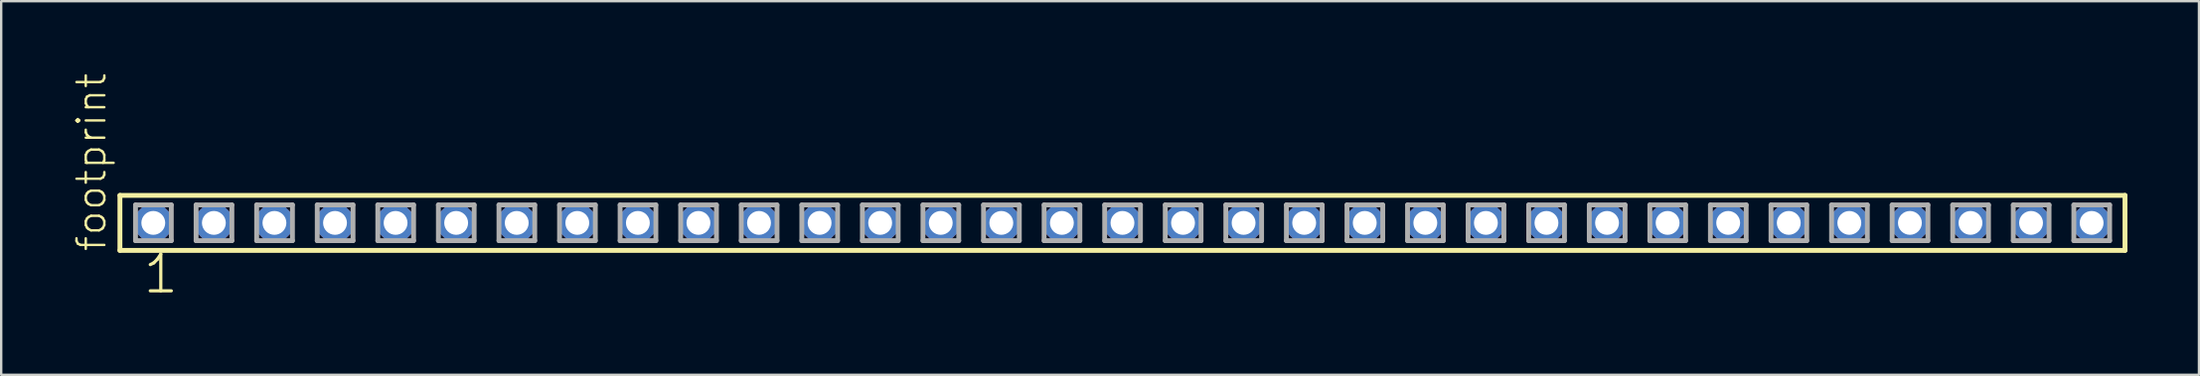
<source format=kicad_pcb>
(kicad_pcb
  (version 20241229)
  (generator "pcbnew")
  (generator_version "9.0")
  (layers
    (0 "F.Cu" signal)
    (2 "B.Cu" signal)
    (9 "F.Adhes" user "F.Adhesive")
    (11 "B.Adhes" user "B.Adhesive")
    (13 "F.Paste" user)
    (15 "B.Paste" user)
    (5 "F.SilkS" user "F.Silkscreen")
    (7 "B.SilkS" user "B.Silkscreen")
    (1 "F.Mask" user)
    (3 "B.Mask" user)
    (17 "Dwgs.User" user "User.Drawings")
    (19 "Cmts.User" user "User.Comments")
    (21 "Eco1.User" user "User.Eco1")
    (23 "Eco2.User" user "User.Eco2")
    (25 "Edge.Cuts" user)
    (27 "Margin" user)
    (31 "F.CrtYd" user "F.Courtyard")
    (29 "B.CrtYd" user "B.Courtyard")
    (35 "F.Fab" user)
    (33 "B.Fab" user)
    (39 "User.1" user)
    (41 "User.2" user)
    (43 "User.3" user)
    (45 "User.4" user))
  (footprint "footprint"
    (layer "F.Cu")
    (at 44.018 6.312)
    (property "Reference" "footprint" (at -42.545 1.27 90) (layer "F.SilkS") (effects (font (size 1.168 1.168) (thickness 0.102)) (justify left bottom)))
    (fp_line (start -42.039 -1.155) (end 42.039 -1.155) (stroke (width 0.203) (type solid)) (layer "F.SilkS"))
    (fp_line (start -42.039 1.155) (end -42.039 -1.155) (stroke (width 0.203) (type solid)) (layer "F.SilkS"))
    (fp_line (start 42.039 -1.155) (end 42.039 1.155) (stroke (width 0.203) (type solid)) (layer "F.SilkS"))
    (fp_line (start 42.039 1.155) (end -42.039 1.155) (stroke (width 0.203) (type solid)) (layer "F.SilkS"))
    (fp_line (start -41.385 -0.755) (end -39.885 -0.755) (stroke (width 0.203) (type solid)) (layer "F.Fab"))
    (fp_line (start -41.385 0.745) (end -41.385 -0.755) (stroke (width 0.203) (type solid)) (layer "F.Fab"))
    (fp_line (start -39.885 -0.755) (end -39.885 0.745) (stroke (width 0.203) (type solid)) (layer "F.Fab"))
    (fp_line (start -39.885 0.745) (end -41.385 0.745) (stroke (width 0.203) (type solid)) (layer "F.Fab"))
    (fp_line (start -38.845 -0.755) (end -37.345 -0.755) (stroke (width 0.203) (type solid)) (layer "F.Fab"))
    (fp_line (start -38.845 0.745) (end -38.845 -0.755) (stroke (width 0.203) (type solid)) (layer "F.Fab"))
    (fp_line (start -37.345 -0.755) (end -37.345 0.745) (stroke (width 0.203) (type solid)) (layer "F.Fab"))
    (fp_line (start -37.345 0.745) (end -38.845 0.745) (stroke (width 0.203) (type solid)) (layer "F.Fab"))
    (fp_line (start -36.305 -0.755) (end -34.805 -0.755) (stroke (width 0.203) (type solid)) (layer "F.Fab"))
    (fp_line (start -36.305 0.745) (end -36.305 -0.755) (stroke (width 0.203) (type solid)) (layer "F.Fab"))
    (fp_line (start -34.805 -0.755) (end -34.805 0.745) (stroke (width 0.203) (type solid)) (layer "F.Fab"))
    (fp_line (start -34.805 0.745) (end -36.305 0.745) (stroke (width 0.203) (type solid)) (layer "F.Fab"))
    (fp_line (start -33.765 -0.755) (end -32.265 -0.755) (stroke (width 0.203) (type solid)) (layer "F.Fab"))
    (fp_line (start -33.765 0.745) (end -33.765 -0.755) (stroke (width 0.203) (type solid)) (layer "F.Fab"))
    (fp_line (start -32.265 -0.755) (end -32.265 0.745) (stroke (width 0.203) (type solid)) (layer "F.Fab"))
    (fp_line (start -32.265 0.745) (end -33.765 0.745) (stroke (width 0.203) (type solid)) (layer "F.Fab"))
    (fp_line (start -31.225 -0.755) (end -29.725 -0.755) (stroke (width 0.203) (type solid)) (layer "F.Fab"))
    (fp_line (start -31.225 0.745) (end -31.225 -0.755) (stroke (width 0.203) (type solid)) (layer "F.Fab"))
    (fp_line (start -29.725 -0.755) (end -29.725 0.745) (stroke (width 0.203) (type solid)) (layer "F.Fab"))
    (fp_line (start -29.725 0.745) (end -31.225 0.745) (stroke (width 0.203) (type solid)) (layer "F.Fab"))
    (fp_line (start -28.685 -0.755) (end -27.185 -0.755) (stroke (width 0.203) (type solid)) (layer "F.Fab"))
    (fp_line (start -28.685 0.745) (end -28.685 -0.755) (stroke (width 0.203) (type solid)) (layer "F.Fab"))
    (fp_line (start -27.185 -0.755) (end -27.185 0.745) (stroke (width 0.203) (type solid)) (layer "F.Fab"))
    (fp_line (start -27.185 0.745) (end -28.685 0.745) (stroke (width 0.203) (type solid)) (layer "F.Fab"))
    (fp_line (start -26.145 -0.755) (end -24.645 -0.755) (stroke (width 0.203) (type solid)) (layer "F.Fab"))
    (fp_line (start -26.145 0.745) (end -26.145 -0.755) (stroke (width 0.203) (type solid)) (layer "F.Fab"))
    (fp_line (start -24.645 -0.755) (end -24.645 0.745) (stroke (width 0.203) (type solid)) (layer "F.Fab"))
    (fp_line (start -24.645 0.745) (end -26.145 0.745) (stroke (width 0.203) (type solid)) (layer "F.Fab"))
    (fp_line (start -23.605 -0.755) (end -22.105 -0.755) (stroke (width 0.203) (type solid)) (layer "F.Fab"))
    (fp_line (start -23.605 0.745) (end -23.605 -0.755) (stroke (width 0.203) (type solid)) (layer "F.Fab"))
    (fp_line (start -22.105 -0.755) (end -22.105 0.745) (stroke (width 0.203) (type solid)) (layer "F.Fab"))
    (fp_line (start -22.105 0.745) (end -23.605 0.745) (stroke (width 0.203) (type solid)) (layer "F.Fab"))
    (fp_line (start -21.065 -0.755) (end -19.565 -0.755) (stroke (width 0.203) (type solid)) (layer "F.Fab"))
    (fp_line (start -21.065 0.745) (end -21.065 -0.755) (stroke (width 0.203) (type solid)) (layer "F.Fab"))
    (fp_line (start -19.565 -0.755) (end -19.565 0.745) (stroke (width 0.203) (type solid)) (layer "F.Fab"))
    (fp_line (start -19.565 0.745) (end -21.065 0.745) (stroke (width 0.203) (type solid)) (layer "F.Fab"))
    (fp_line (start -18.525 -0.755) (end -17.025 -0.755) (stroke (width 0.203) (type solid)) (layer "F.Fab"))
    (fp_line (start -18.525 0.745) (end -18.525 -0.755) (stroke (width 0.203) (type solid)) (layer "F.Fab"))
    (fp_line (start -17.025 -0.755) (end -17.025 0.745) (stroke (width 0.203) (type solid)) (layer "F.Fab"))
    (fp_line (start -17.025 0.745) (end -18.525 0.745) (stroke (width 0.203) (type solid)) (layer "F.Fab"))
    (fp_line (start -15.985 -0.755) (end -14.485 -0.755) (stroke (width 0.203) (type solid)) (layer "F.Fab"))
    (fp_line (start -15.985 0.745) (end -15.985 -0.755) (stroke (width 0.203) (type solid)) (layer "F.Fab"))
    (fp_line (start -14.485 -0.755) (end -14.485 0.745) (stroke (width 0.203) (type solid)) (layer "F.Fab"))
    (fp_line (start -14.485 0.745) (end -15.985 0.745) (stroke (width 0.203) (type solid)) (layer "F.Fab"))
    (fp_line (start -13.445 -0.755) (end -11.945 -0.755) (stroke (width 0.203) (type solid)) (layer "F.Fab"))
    (fp_line (start -13.445 0.745) (end -13.445 -0.755) (stroke (width 0.203) (type solid)) (layer "F.Fab"))
    (fp_line (start -11.945 -0.755) (end -11.945 0.745) (stroke (width 0.203) (type solid)) (layer "F.Fab"))
    (fp_line (start -11.945 0.745) (end -13.445 0.745) (stroke (width 0.203) (type solid)) (layer "F.Fab"))
    (fp_line (start -10.905 -0.755) (end -9.405 -0.755) (stroke (width 0.203) (type solid)) (layer "F.Fab"))
    (fp_line (start -10.905 0.745) (end -10.905 -0.755) (stroke (width 0.203) (type solid)) (layer "F.Fab"))
    (fp_line (start -9.405 -0.755) (end -9.405 0.745) (stroke (width 0.203) (type solid)) (layer "F.Fab"))
    (fp_line (start -9.405 0.745) (end -10.905 0.745) (stroke (width 0.203) (type solid)) (layer "F.Fab"))
    (fp_line (start -8.365 -0.755) (end -6.865 -0.755) (stroke (width 0.203) (type solid)) (layer "F.Fab"))
    (fp_line (start -8.365 0.745) (end -8.365 -0.755) (stroke (width 0.203) (type solid)) (layer "F.Fab"))
    (fp_line (start -6.865 -0.755) (end -6.865 0.745) (stroke (width 0.203) (type solid)) (layer "F.Fab"))
    (fp_line (start -6.865 0.745) (end -8.365 0.745) (stroke (width 0.203) (type solid)) (layer "F.Fab"))
    (fp_line (start -5.825 -0.755) (end -4.325 -0.755) (stroke (width 0.203) (type solid)) (layer "F.Fab"))
    (fp_line (start -5.825 0.745) (end -5.825 -0.755) (stroke (width 0.203) (type solid)) (layer "F.Fab"))
    (fp_line (start -4.325 -0.755) (end -4.325 0.745) (stroke (width 0.203) (type solid)) (layer "F.Fab"))
    (fp_line (start -4.325 0.745) (end -5.825 0.745) (stroke (width 0.203) (type solid)) (layer "F.Fab"))
    (fp_line (start -3.285 -0.755) (end -1.785 -0.755) (stroke (width 0.203) (type solid)) (layer "F.Fab"))
    (fp_line (start -3.285 0.745) (end -3.285 -0.755) (stroke (width 0.203) (type solid)) (layer "F.Fab"))
    (fp_line (start -1.785 -0.755) (end -1.785 0.745) (stroke (width 0.203) (type solid)) (layer "F.Fab"))
    (fp_line (start -1.785 0.745) (end -3.285 0.745) (stroke (width 0.203) (type solid)) (layer "F.Fab"))
    (fp_line (start -0.745 -0.755) (end 0.755 -0.755) (stroke (width 0.203) (type solid)) (layer "F.Fab"))
    (fp_line (start -0.745 0.745) (end -0.745 -0.755) (stroke (width 0.203) (type solid)) (layer "F.Fab"))
    (fp_line (start 0.755 -0.755) (end 0.755 0.745) (stroke (width 0.203) (type solid)) (layer "F.Fab"))
    (fp_line (start 0.755 0.745) (end -0.745 0.745) (stroke (width 0.203) (type solid)) (layer "F.Fab"))
    (fp_line (start 1.795 -0.755) (end 3.295 -0.755) (stroke (width 0.203) (type solid)) (layer "F.Fab"))
    (fp_line (start 1.795 0.745) (end 1.795 -0.755) (stroke (width 0.203) (type solid)) (layer "F.Fab"))
    (fp_line (start 3.295 -0.755) (end 3.295 0.745) (stroke (width 0.203) (type solid)) (layer "F.Fab"))
    (fp_line (start 3.295 0.745) (end 1.795 0.745) (stroke (width 0.203) (type solid)) (layer "F.Fab"))
    (fp_line (start 4.335 -0.755) (end 5.835 -0.755) (stroke (width 0.203) (type solid)) (layer "F.Fab"))
    (fp_line (start 4.335 0.745) (end 4.335 -0.755) (stroke (width 0.203) (type solid)) (layer "F.Fab"))
    (fp_line (start 5.835 -0.755) (end 5.835 0.745) (stroke (width 0.203) (type solid)) (layer "F.Fab"))
    (fp_line (start 5.835 0.745) (end 4.335 0.745) (stroke (width 0.203) (type solid)) (layer "F.Fab"))
    (fp_line (start 6.875 -0.755) (end 8.375 -0.755) (stroke (width 0.203) (type solid)) (layer "F.Fab"))
    (fp_line (start 6.875 0.745) (end 6.875 -0.755) (stroke (width 0.203) (type solid)) (layer "F.Fab"))
    (fp_line (start 8.375 -0.755) (end 8.375 0.745) (stroke (width 0.203) (type solid)) (layer "F.Fab"))
    (fp_line (start 8.375 0.745) (end 6.875 0.745) (stroke (width 0.203) (type solid)) (layer "F.Fab"))
    (fp_line (start 9.415 -0.755) (end 10.915 -0.755) (stroke (width 0.203) (type solid)) (layer "F.Fab"))
    (fp_line (start 9.415 0.745) (end 9.415 -0.755) (stroke (width 0.203) (type solid)) (layer "F.Fab"))
    (fp_line (start 10.915 -0.755) (end 10.915 0.745) (stroke (width 0.203) (type solid)) (layer "F.Fab"))
    (fp_line (start 10.915 0.745) (end 9.415 0.745) (stroke (width 0.203) (type solid)) (layer "F.Fab"))
    (fp_line (start 11.955 -0.755) (end 13.455 -0.755) (stroke (width 0.203) (type solid)) (layer "F.Fab"))
    (fp_line (start 11.955 0.745) (end 11.955 -0.755) (stroke (width 0.203) (type solid)) (layer "F.Fab"))
    (fp_line (start 13.455 -0.755) (end 13.455 0.745) (stroke (width 0.203) (type solid)) (layer "F.Fab"))
    (fp_line (start 13.455 0.745) (end 11.955 0.745) (stroke (width 0.203) (type solid)) (layer "F.Fab"))
    (fp_line (start 14.495 -0.755) (end 15.995 -0.755) (stroke (width 0.203) (type solid)) (layer "F.Fab"))
    (fp_line (start 14.495 0.745) (end 14.495 -0.755) (stroke (width 0.203) (type solid)) (layer "F.Fab"))
    (fp_line (start 15.995 -0.755) (end 15.995 0.745) (stroke (width 0.203) (type solid)) (layer "F.Fab"))
    (fp_line (start 15.995 0.745) (end 14.495 0.745) (stroke (width 0.203) (type solid)) (layer "F.Fab"))
    (fp_line (start 17.035 -0.755) (end 18.535 -0.755) (stroke (width 0.203) (type solid)) (layer "F.Fab"))
    (fp_line (start 17.035 0.745) (end 17.035 -0.755) (stroke (width 0.203) (type solid)) (layer "F.Fab"))
    (fp_line (start 18.535 -0.755) (end 18.535 0.745) (stroke (width 0.203) (type solid)) (layer "F.Fab"))
    (fp_line (start 18.535 0.745) (end 17.035 0.745) (stroke (width 0.203) (type solid)) (layer "F.Fab"))
    (fp_line (start 19.575 -0.755) (end 21.075 -0.755) (stroke (width 0.203) (type solid)) (layer "F.Fab"))
    (fp_line (start 19.575 0.745) (end 19.575 -0.755) (stroke (width 0.203) (type solid)) (layer "F.Fab"))
    (fp_line (start 21.075 -0.755) (end 21.075 0.745) (stroke (width 0.203) (type solid)) (layer "F.Fab"))
    (fp_line (start 21.075 0.745) (end 19.575 0.745) (stroke (width 0.203) (type solid)) (layer "F.Fab"))
    (fp_line (start 22.115 -0.755) (end 23.615 -0.755) (stroke (width 0.203) (type solid)) (layer "F.Fab"))
    (fp_line (start 22.115 0.745) (end 22.115 -0.755) (stroke (width 0.203) (type solid)) (layer "F.Fab"))
    (fp_line (start 23.615 -0.755) (end 23.615 0.745) (stroke (width 0.203) (type solid)) (layer "F.Fab"))
    (fp_line (start 23.615 0.745) (end 22.115 0.745) (stroke (width 0.203) (type solid)) (layer "F.Fab"))
    (fp_line (start 24.655 -0.755) (end 26.155 -0.755) (stroke (width 0.203) (type solid)) (layer "F.Fab"))
    (fp_line (start 24.655 0.745) (end 24.655 -0.755) (stroke (width 0.203) (type solid)) (layer "F.Fab"))
    (fp_line (start 26.155 -0.755) (end 26.155 0.745) (stroke (width 0.203) (type solid)) (layer "F.Fab"))
    (fp_line (start 26.155 0.745) (end 24.655 0.745) (stroke (width 0.203) (type solid)) (layer "F.Fab"))
    (fp_line (start 27.195 -0.755) (end 28.695 -0.755) (stroke (width 0.203) (type solid)) (layer "F.Fab"))
    (fp_line (start 27.195 0.745) (end 27.195 -0.755) (stroke (width 0.203) (type solid)) (layer "F.Fab"))
    (fp_line (start 28.695 -0.755) (end 28.695 0.745) (stroke (width 0.203) (type solid)) (layer "F.Fab"))
    (fp_line (start 28.695 0.745) (end 27.195 0.745) (stroke (width 0.203) (type solid)) (layer "F.Fab"))
    (fp_line (start 29.735 -0.755) (end 31.235 -0.755) (stroke (width 0.203) (type solid)) (layer "F.Fab"))
    (fp_line (start 29.735 0.745) (end 29.735 -0.755) (stroke (width 0.203) (type solid)) (layer "F.Fab"))
    (fp_line (start 31.235 -0.755) (end 31.235 0.745) (stroke (width 0.203) (type solid)) (layer "F.Fab"))
    (fp_line (start 31.235 0.745) (end 29.735 0.745) (stroke (width 0.203) (type solid)) (layer "F.Fab"))
    (fp_line (start 32.275 -0.755) (end 33.775 -0.755) (stroke (width 0.203) (type solid)) (layer "F.Fab"))
    (fp_line (start 32.275 0.745) (end 32.275 -0.755) (stroke (width 0.203) (type solid)) (layer "F.Fab"))
    (fp_line (start 33.775 -0.755) (end 33.775 0.745) (stroke (width 0.203) (type solid)) (layer "F.Fab"))
    (fp_line (start 33.775 0.745) (end 32.275 0.745) (stroke (width 0.203) (type solid)) (layer "F.Fab"))
    (fp_line (start 34.815 -0.755) (end 36.315 -0.755) (stroke (width 0.203) (type solid)) (layer "F.Fab"))
    (fp_line (start 34.815 0.745) (end 34.815 -0.755) (stroke (width 0.203) (type solid)) (layer "F.Fab"))
    (fp_line (start 36.315 -0.755) (end 36.315 0.745) (stroke (width 0.203) (type solid)) (layer "F.Fab"))
    (fp_line (start 36.315 0.745) (end 34.815 0.745) (stroke (width 0.203) (type solid)) (layer "F.Fab"))
    (fp_line (start 37.355 -0.755) (end 38.855 -0.755) (stroke (width 0.203) (type solid)) (layer "F.Fab"))
    (fp_line (start 37.355 0.745) (end 37.355 -0.755) (stroke (width 0.203) (type solid)) (layer "F.Fab"))
    (fp_line (start 38.855 -0.755) (end 38.855 0.745) (stroke (width 0.203) (type solid)) (layer "F.Fab"))
    (fp_line (start 38.855 0.745) (end 37.355 0.745) (stroke (width 0.203) (type solid)) (layer "F.Fab"))
    (fp_line (start 39.895 -0.755) (end 41.395 -0.755) (stroke (width 0.203) (type solid)) (layer "F.Fab"))
    (fp_line (start 39.895 0.745) (end 39.895 -0.755) (stroke (width 0.203) (type solid)) (layer "F.Fab"))
    (fp_line (start 41.395 -0.755) (end 41.395 0.745) (stroke (width 0.203) (type solid)) (layer "F.Fab"))
    (fp_line (start 41.395 0.745) (end 39.895 0.745) (stroke (width 0.203) (type solid)) (layer "F.Fab"))
    (fp_text user "1" (at -41.148 3.048 0) (layer "F.SilkS") (effects (font (size 1.542 1.542) (thickness 0.134)) (justify left bottom)))
    (pad "1" thru_hole roundrect (at -40.64 0) (size 1.5 1.5) (drill 1) (layers "*.Cu" "*.Mask") (roundrect_rratio 0.25) (chamfer_ratio 0.25) (chamfer top_left top_right bottom_left bottom_right))
    (pad "2" thru_hole roundrect (at -38.1 0) (size 1.5 1.5) (drill 1) (layers "*.Cu" "*.Mask") (roundrect_rratio 0.25) (chamfer_ratio 0.25) (chamfer top_left top_right bottom_left bottom_right))
    (pad "3" thru_hole roundrect (at -35.56 0) (size 1.5 1.5) (drill 1) (layers "*.Cu" "*.Mask") (roundrect_rratio 0.25) (chamfer_ratio 0.25) (chamfer top_left top_right bottom_left bottom_right))
    (pad "4" thru_hole roundrect (at -33.02 0) (size 1.5 1.5) (drill 1) (layers "*.Cu" "*.Mask") (roundrect_rratio 0.25) (chamfer_ratio 0.25) (chamfer top_left top_right bottom_left bottom_right))
    (pad "5" thru_hole roundrect (at -30.48 0) (size 1.5 1.5) (drill 1) (layers "*.Cu" "*.Mask") (roundrect_rratio 0.25) (chamfer_ratio 0.25) (chamfer top_left top_right bottom_left bottom_right))
    (pad "6" thru_hole roundrect (at -27.94 0) (size 1.5 1.5) (drill 1) (layers "*.Cu" "*.Mask") (roundrect_rratio 0.25) (chamfer_ratio 0.25) (chamfer top_left top_right bottom_left bottom_right))
    (pad "7" thru_hole roundrect (at -25.4 0) (size 1.5 1.5) (drill 1) (layers "*.Cu" "*.Mask") (roundrect_rratio 0.25) (chamfer_ratio 0.25) (chamfer top_left top_right bottom_left bottom_right))
    (pad "8" thru_hole roundrect (at -22.86 0) (size 1.5 1.5) (drill 1) (layers "*.Cu" "*.Mask") (roundrect_rratio 0.25) (chamfer_ratio 0.25) (chamfer top_left top_right bottom_left bottom_right))
    (pad "9" thru_hole roundrect (at -20.32 0) (size 1.5 1.5) (drill 1) (layers "*.Cu" "*.Mask") (roundrect_rratio 0.25) (chamfer_ratio 0.25) (chamfer top_left top_right bottom_left bottom_right))
    (pad "10" thru_hole roundrect (at -17.78 0) (size 1.5 1.5) (drill 1) (layers "*.Cu" "*.Mask") (roundrect_rratio 0.25) (chamfer_ratio 0.25) (chamfer top_left top_right bottom_left bottom_right))
    (pad "11" thru_hole roundrect (at -15.24 0) (size 1.5 1.5) (drill 1) (layers "*.Cu" "*.Mask") (roundrect_rratio 0.25) (chamfer_ratio 0.25) (chamfer top_left top_right bottom_left bottom_right))
    (pad "12" thru_hole roundrect (at -12.7 0) (size 1.5 1.5) (drill 1) (layers "*.Cu" "*.Mask") (roundrect_rratio 0.25) (chamfer_ratio 0.25) (chamfer top_left top_right bottom_left bottom_right))
    (pad "13" thru_hole roundrect (at -10.16 0) (size 1.5 1.5) (drill 1) (layers "*.Cu" "*.Mask") (roundrect_rratio 0.25) (chamfer_ratio 0.25) (chamfer top_left top_right bottom_left bottom_right))
    (pad "14" thru_hole roundrect (at -7.62 0) (size 1.5 1.5) (drill 1) (layers "*.Cu" "*.Mask") (roundrect_rratio 0.25) (chamfer_ratio 0.25) (chamfer top_left top_right bottom_left bottom_right))
    (pad "15" thru_hole roundrect (at -5.08 0) (size 1.5 1.5) (drill 1) (layers "*.Cu" "*.Mask") (roundrect_rratio 0.25) (chamfer_ratio 0.25) (chamfer top_left top_right bottom_left bottom_right))
    (pad "16" thru_hole roundrect (at -2.54 0) (size 1.5 1.5) (drill 1) (layers "*.Cu" "*.Mask") (roundrect_rratio 0.25) (chamfer_ratio 0.25) (chamfer top_left top_right bottom_left bottom_right))
    (pad "17" thru_hole roundrect (at 0 0) (size 1.5 1.5) (drill 1) (layers "*.Cu" "*.Mask") (roundrect_rratio 0.25) (chamfer_ratio 0.25) (chamfer top_left top_right bottom_left bottom_right))
    (pad "18" thru_hole roundrect (at 2.54 0) (size 1.5 1.5) (drill 1) (layers "*.Cu" "*.Mask") (roundrect_rratio 0.25) (chamfer_ratio 0.25) (chamfer top_left top_right bottom_left bottom_right))
    (pad "19" thru_hole roundrect (at 5.08 0) (size 1.5 1.5) (drill 1) (layers "*.Cu" "*.Mask") (roundrect_rratio 0.25) (chamfer_ratio 0.25) (chamfer top_left top_right bottom_left bottom_right))
    (pad "20" thru_hole roundrect (at 7.62 0) (size 1.5 1.5) (drill 1) (layers "*.Cu" "*.Mask") (roundrect_rratio 0.25) (chamfer_ratio 0.25) (chamfer top_left top_right bottom_left bottom_right))
    (pad "21" thru_hole roundrect (at 10.16 0) (size 1.5 1.5) (drill 1) (layers "*.Cu" "*.Mask") (roundrect_rratio 0.25) (chamfer_ratio 0.25) (chamfer top_left top_right bottom_left bottom_right))
    (pad "22" thru_hole roundrect (at 12.7 0) (size 1.5 1.5) (drill 1) (layers "*.Cu" "*.Mask") (roundrect_rratio 0.25) (chamfer_ratio 0.25) (chamfer top_left top_right bottom_left bottom_right))
    (pad "23" thru_hole roundrect (at 15.24 0) (size 1.5 1.5) (drill 1) (layers "*.Cu" "*.Mask") (roundrect_rratio 0.25) (chamfer_ratio 0.25) (chamfer top_left top_right bottom_left bottom_right))
    (pad "24" thru_hole roundrect (at 17.78 0) (size 1.5 1.5) (drill 1) (layers "*.Cu" "*.Mask") (roundrect_rratio 0.25) (chamfer_ratio 0.25) (chamfer top_left top_right bottom_left bottom_right))
    (pad "25" thru_hole roundrect (at 20.32 0) (size 1.5 1.5) (drill 1) (layers "*.Cu" "*.Mask") (roundrect_rratio 0.25) (chamfer_ratio 0.25) (chamfer top_left top_right bottom_left bottom_right))
    (pad "26" thru_hole roundrect (at 22.86 0) (size 1.5 1.5) (drill 1) (layers "*.Cu" "*.Mask") (roundrect_rratio 0.25) (chamfer_ratio 0.25) (chamfer top_left top_right bottom_left bottom_right))
    (pad "27" thru_hole roundrect (at 25.4 0) (size 1.5 1.5) (drill 1) (layers "*.Cu" "*.Mask") (roundrect_rratio 0.25) (chamfer_ratio 0.25) (chamfer top_left top_right bottom_left bottom_right))
    (pad "28" thru_hole roundrect (at 27.94 0) (size 1.5 1.5) (drill 1) (layers "*.Cu" "*.Mask") (roundrect_rratio 0.25) (chamfer_ratio 0.25) (chamfer top_left top_right bottom_left bottom_right))
    (pad "29" thru_hole roundrect (at 30.48 0) (size 1.5 1.5) (drill 1) (layers "*.Cu" "*.Mask") (roundrect_rratio 0.25) (chamfer_ratio 0.25) (chamfer top_left top_right bottom_left bottom_right))
    (pad "30" thru_hole roundrect (at 33.02 0) (size 1.5 1.5) (drill 1) (layers "*.Cu" "*.Mask") (roundrect_rratio 0.25) (chamfer_ratio 0.25) (chamfer top_left top_right bottom_left bottom_right))
    (pad "31" thru_hole roundrect (at 35.56 0) (size 1.5 1.5) (drill 1) (layers "*.Cu" "*.Mask") (roundrect_rratio 0.25) (chamfer_ratio 0.25) (chamfer top_left top_right bottom_left bottom_right))
    (pad "32" thru_hole roundrect (at 38.1 0) (size 1.5 1.5) (drill 1) (layers "*.Cu" "*.Mask") (roundrect_rratio 0.25) (chamfer_ratio 0.25) (chamfer top_left top_right bottom_left bottom_right))
    (pad "33" thru_hole roundrect (at 40.64 0) (size 1.5 1.5) (drill 1) (layers "*.Cu" "*.Mask") (roundrect_rratio 0.25) (chamfer_ratio 0.25) (chamfer top_left top_right bottom_left bottom_right)))
  (gr_rect
    (start -3 -3)
    (end 89.159 12.691)
    (stroke (width 0.1) (type default))
    (fill no)
    (layer "Edge.Cuts")))
</source>
